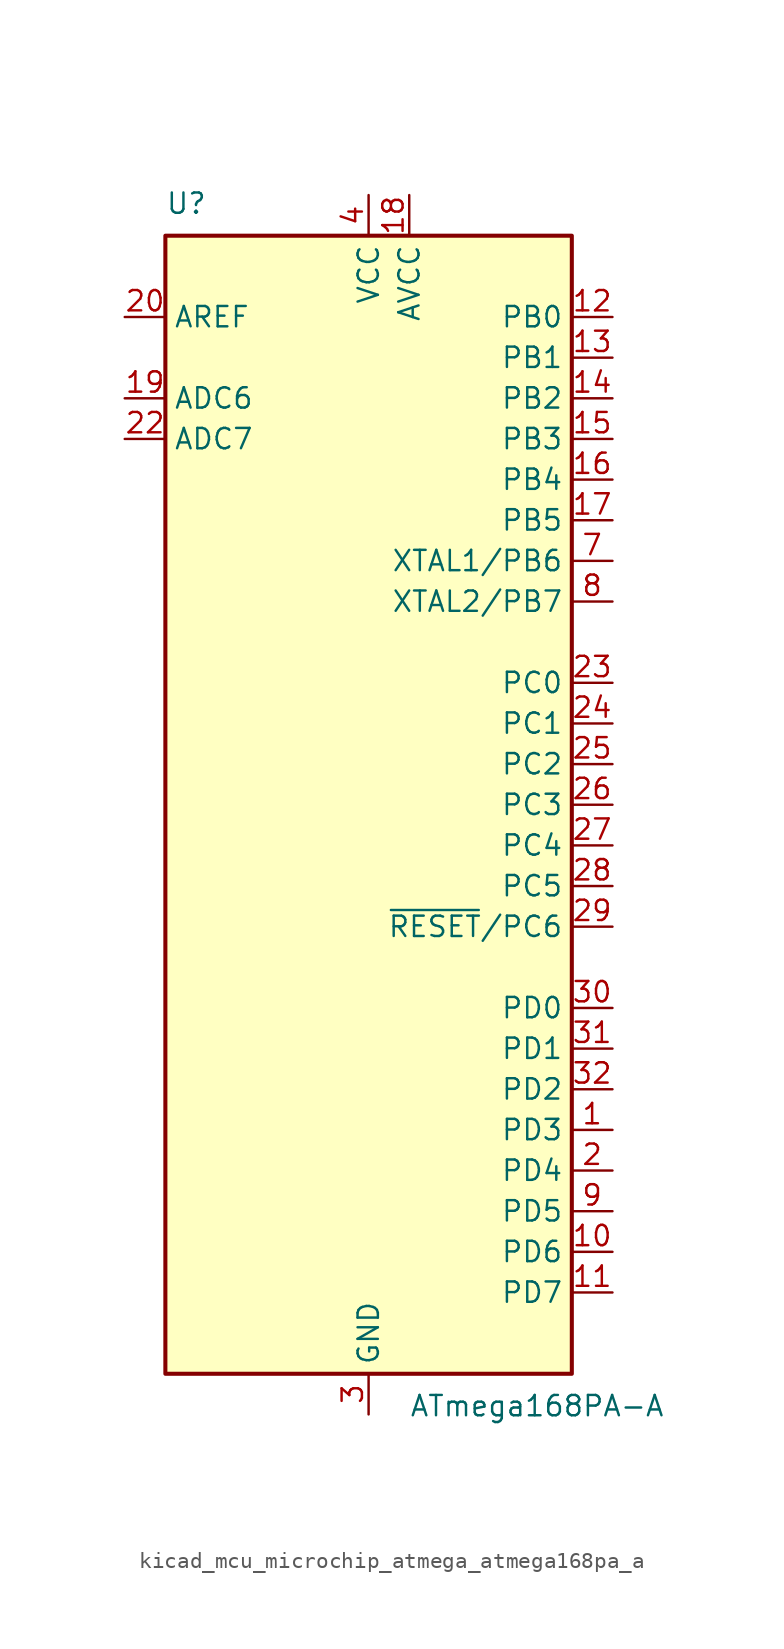
<source format=kicad_sym>
(kicad_symbol_lib
  (version 20220914)
  (generator kicad_symbol_editor)
  (symbol "kicad_mcu_microchip_atmega_atmega168pa_a"
    (property "Reference" "U"
      (at -12.7 36.83 0)
      (effects (font (size 1.27 1.27)) (justify left bottom)))
    (property "Value" "ATmega168PA-A"
      (at 2.54 -36.83 0)
      (effects (font (size 1.27 1.27)) (justify left top)))
    (symbol "kicad_mcu_microchip_atmega_atmega168pa_a_0_1"
      (rectangle (start -12.7 -35.56) (end 12.7 35.56) (stroke (width 0.254) (type default)) (fill (type background))))
    (symbol "kicad_mcu_microchip_atmega_atmega168pa_a_1_1"
      (pin bidirectional line (at 15.24 -20.32 180) (length 2.54) (name "PD3" (effects (font (size 1.27 1.27)))) (number "1" (effects (font (size 1.27 1.27)))))
      (pin bidirectional line (at 15.24 -27.94 180) (length 2.54) (name "PD6" (effects (font (size 1.27 1.27)))) (number "10" (effects (font (size 1.27 1.27)))))
      (pin bidirectional line (at 15.24 -30.48 180) (length 2.54) (name "PD7" (effects (font (size 1.27 1.27)))) (number "11" (effects (font (size 1.27 1.27)))))
      (pin bidirectional line (at 15.24 30.48 180) (length 2.54) (name "PB0" (effects (font (size 1.27 1.27)))) (number "12" (effects (font (size 1.27 1.27)))))
      (pin bidirectional line (at 15.24 27.94 180) (length 2.54) (name "PB1" (effects (font (size 1.27 1.27)))) (number "13" (effects (font (size 1.27 1.27)))))
      (pin bidirectional line (at 15.24 25.4 180) (length 2.54) (name "PB2" (effects (font (size 1.27 1.27)))) (number "14" (effects (font (size 1.27 1.27)))))
      (pin bidirectional line (at 15.24 22.86 180) (length 2.54) (name "PB3" (effects (font (size 1.27 1.27)))) (number "15" (effects (font (size 1.27 1.27)))))
      (pin bidirectional line (at 15.24 20.32 180) (length 2.54) (name "PB4" (effects (font (size 1.27 1.27)))) (number "16" (effects (font (size 1.27 1.27)))))
      (pin bidirectional line (at 15.24 17.78 180) (length 2.54) (name "PB5" (effects (font (size 1.27 1.27)))) (number "17" (effects (font (size 1.27 1.27)))))
      (pin power_in line (at 2.54 38.1 270) (length 2.54) (name "AVCC" (effects (font (size 1.27 1.27)))) (number "18" (effects (font (size 1.27 1.27)))))
      (pin input line (at -15.24 25.4 0) (length 2.54) (name "ADC6" (effects (font (size 1.27 1.27)))) (number "19" (effects (font (size 1.27 1.27)))))
      (pin bidirectional line (at 15.24 -22.86 180) (length 2.54) (name "PD4" (effects (font (size 1.27 1.27)))) (number "2" (effects (font (size 1.27 1.27)))))
      (pin passive line (at -15.24 30.48 0) (length 2.54) (name "AREF" (effects (font (size 1.27 1.27)))) (number "20" (effects (font (size 1.27 1.27)))))
      (pin passive line (at 0 -38.1 90) (length 2.54) hide (name "GND" (effects (font (size 1.27 1.27)))) (number "21" (effects (font (size 1.27 1.27)))))
      (pin input line (at -15.24 22.86 0) (length 2.54) (name "ADC7" (effects (font (size 1.27 1.27)))) (number "22" (effects (font (size 1.27 1.27)))))
      (pin bidirectional line (at 15.24 7.62 180) (length 2.54) (name "PC0" (effects (font (size 1.27 1.27)))) (number "23" (effects (font (size 1.27 1.27)))))
      (pin bidirectional line (at 15.24 5.08 180) (length 2.54) (name "PC1" (effects (font (size 1.27 1.27)))) (number "24" (effects (font (size 1.27 1.27)))))
      (pin bidirectional line (at 15.24 2.54 180) (length 2.54) (name "PC2" (effects (font (size 1.27 1.27)))) (number "25" (effects (font (size 1.27 1.27)))))
      (pin bidirectional line (at 15.24 0 180) (length 2.54) (name "PC3" (effects (font (size 1.27 1.27)))) (number "26" (effects (font (size 1.27 1.27)))))
      (pin bidirectional line (at 15.24 -2.54 180) (length 2.54) (name "PC4" (effects (font (size 1.27 1.27)))) (number "27" (effects (font (size 1.27 1.27)))))
      (pin bidirectional line (at 15.24 -5.08 180) (length 2.54) (name "PC5" (effects (font (size 1.27 1.27)))) (number "28" (effects (font (size 1.27 1.27)))))
      (pin bidirectional line (at 15.24 -7.62 180) (length 2.54) (name "~{RESET}/PC6" (effects (font (size 1.27 1.27)))) (number "29" (effects (font (size 1.27 1.27)))))
      (pin power_in line (at 0 -38.1 90) (length 2.54) (name "GND" (effects (font (size 1.27 1.27)))) (number "3" (effects (font (size 1.27 1.27)))))
      (pin bidirectional line (at 15.24 -12.7 180) (length 2.54) (name "PD0" (effects (font (size 1.27 1.27)))) (number "30" (effects (font (size 1.27 1.27)))))
      (pin bidirectional line (at 15.24 -15.24 180) (length 2.54) (name "PD1" (effects (font (size 1.27 1.27)))) (number "31" (effects (font (size 1.27 1.27)))))
      (pin bidirectional line (at 15.24 -17.78 180) (length 2.54) (name "PD2" (effects (font (size 1.27 1.27)))) (number "32" (effects (font (size 1.27 1.27)))))
      (pin power_in line (at 0 38.1 270) (length 2.54) (name "VCC" (effects (font (size 1.27 1.27)))) (number "4" (effects (font (size 1.27 1.27)))))
      (pin passive line (at 0 -38.1 90) (length 2.54) hide (name "GND" (effects (font (size 1.27 1.27)))) (number "5" (effects (font (size 1.27 1.27)))))
      (pin passive line (at 0 38.1 270) (length 2.54) hide (name "VCC" (effects (font (size 1.27 1.27)))) (number "6" (effects (font (size 1.27 1.27)))))
      (pin bidirectional line (at 15.24 15.24 180) (length 2.54) (name "XTAL1/PB6" (effects (font (size 1.27 1.27)))) (number "7" (effects (font (size 1.27 1.27)))))
      (pin bidirectional line (at 15.24 12.7 180) (length 2.54) (name "XTAL2/PB7" (effects (font (size 1.27 1.27)))) (number "8" (effects (font (size 1.27 1.27)))))
      (pin bidirectional line (at 15.24 -25.4 180) (length 2.54) (name "PD5" (effects (font (size 1.27 1.27)))) (number "9" (effects (font (size 1.27 1.27))))))))
</source>
